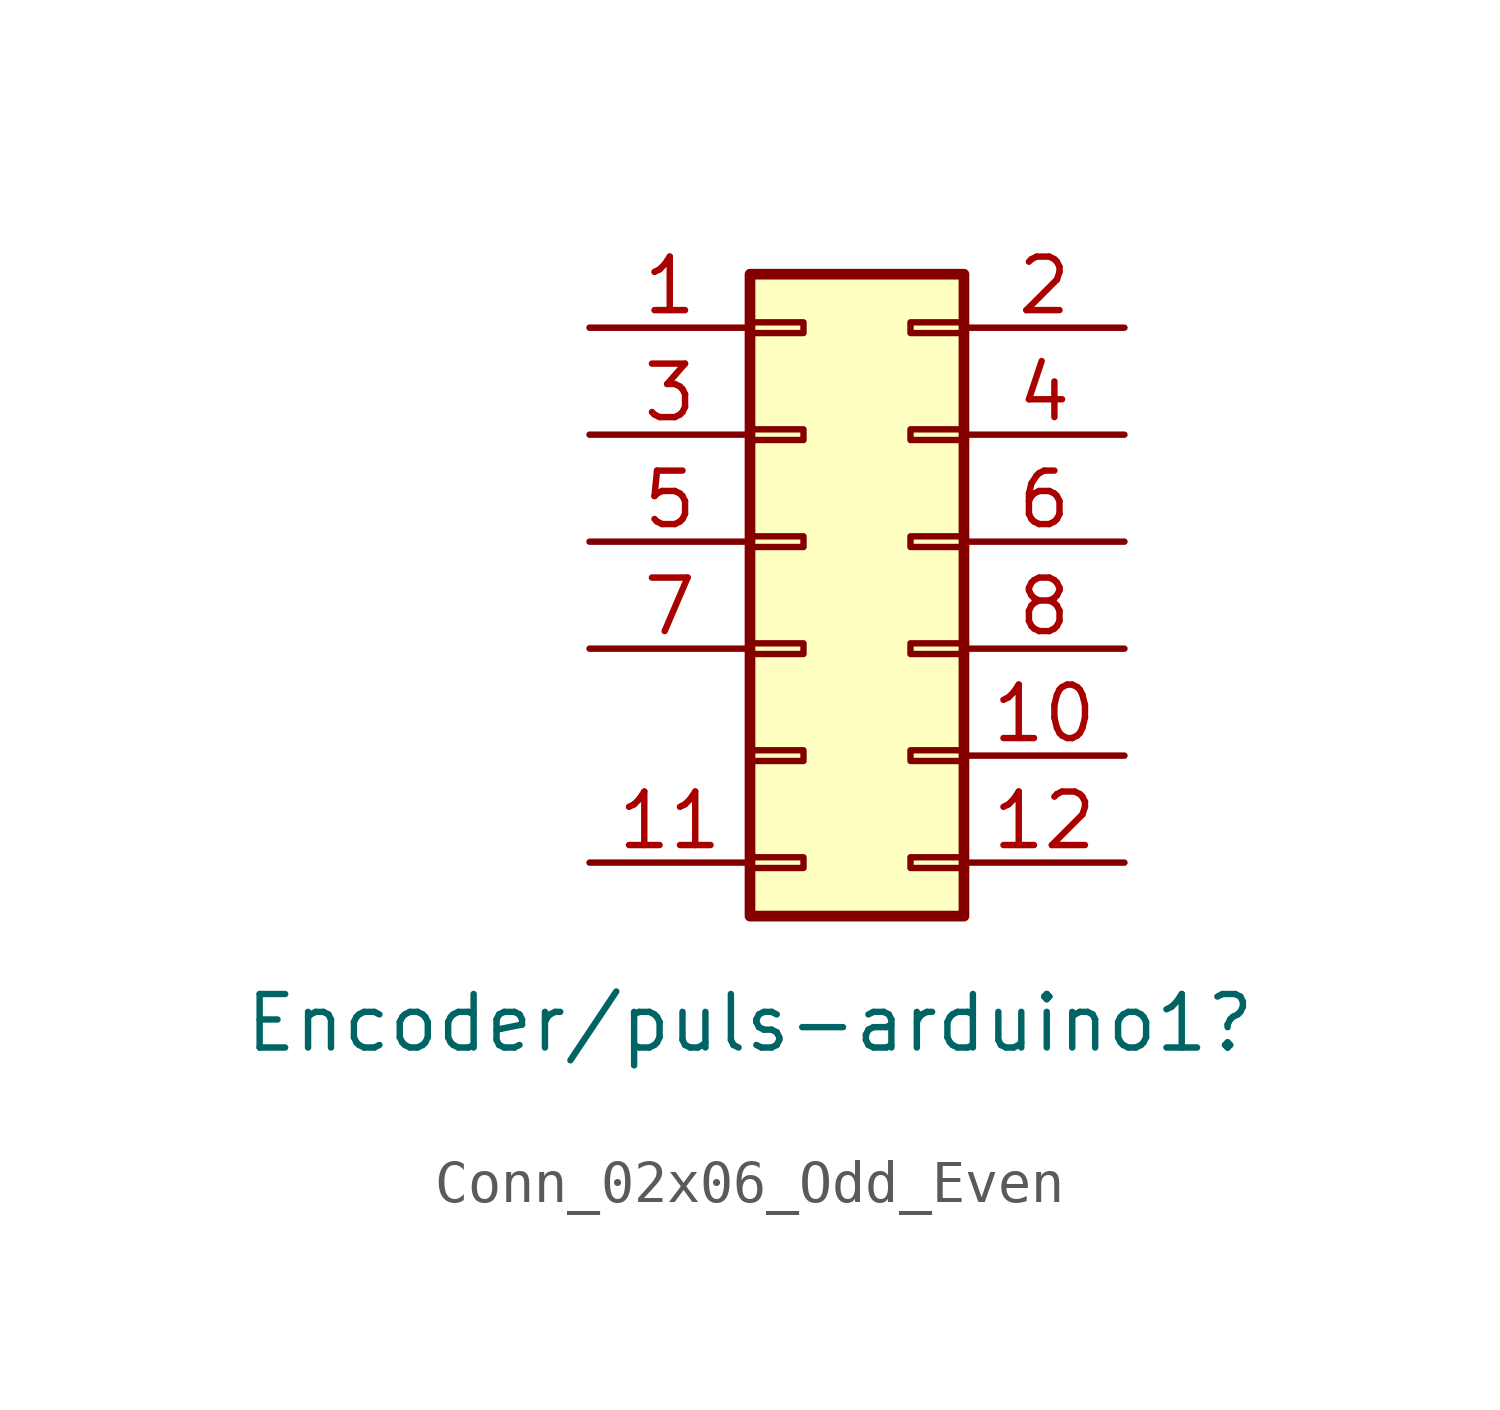
<source format=kicad_sym>
(kicad_symbol_lib
  (version 20211014)
  (generator kicad_symbol_editor)
  (symbol "Conn_02x06_Odd_Even"
    (pin_names
      (offset 1.016) hide)
    (property "Reference" "Encoder/puls-arduino1"
      (at -1.27 -11.43 0)
      (effects (font (size 1.27 1.27))))
    (symbol "Conn_02x06_Odd_Even_1_1"
      (rectangle (start -1.27 -7.493) (end 0 -7.747) (stroke (width 0.152) (type default) (color 0 0 0 0)) (fill (type none)))
      (rectangle (start -1.27 -4.953) (end 0 -5.207) (stroke (width 0.152) (type default) (color 0 0 0 0)) (fill (type none)))
      (rectangle (start -1.27 -2.413) (end 0 -2.667) (stroke (width 0.152) (type default) (color 0 0 0 0)) (fill (type none)))
      (rectangle (start -1.27 0.127) (end 0 -0.127) (stroke (width 0.152) (type default) (color 0 0 0 0)) (fill (type none)))
      (rectangle (start -1.27 2.667) (end 0 2.413) (stroke (width 0.152) (type default) (color 0 0 0 0)) (fill (type none)))
      (rectangle (start -1.27 5.207) (end 0 4.953) (stroke (width 0.152) (type default) (color 0 0 0 0)) (fill (type none)))
      (rectangle (start -1.27 6.35) (end 3.81 -8.89) (stroke (width 0.254) (type default) (color 0 0 0 0)) (fill (type background)))
      (rectangle (start 3.81 -7.493) (end 2.54 -7.747) (stroke (width 0.152) (type default) (color 0 0 0 0)) (fill (type none)))
      (rectangle (start 3.81 -4.953) (end 2.54 -5.207) (stroke (width 0.152) (type default) (color 0 0 0 0)) (fill (type none)))
      (rectangle (start 3.81 -2.413) (end 2.54 -2.667) (stroke (width 0.152) (type default) (color 0 0 0 0)) (fill (type none)))
      (rectangle (start 3.81 0.127) (end 2.54 -0.127) (stroke (width 0.152) (type default) (color 0 0 0 0)) (fill (type none)))
      (rectangle (start 3.81 2.667) (end 2.54 2.413) (stroke (width 0.152) (type default) (color 0 0 0 0)) (fill (type none)))
      (rectangle (start 3.81 5.207) (end 2.54 4.953) (stroke (width 0.152) (type default) (color 0 0 0 0)) (fill (type none)))
      (pin passive line (at -5.08 5.08 0) (length 3.81) (name "Pin_1" (effects (font (size 1.27 1.27)))) (number "1" (effects (font (size 1.27 1.27)))))
      (pin passive line (at 7.62 -5.08 180) (length 3.81) (name "Pin_10" (effects (font (size 1.27 1.27)))) (number "10" (effects (font (size 1.27 1.27)))))
      (pin passive line (at -5.08 -7.62 0) (length 3.81) (name "Pin_11" (effects (font (size 1.27 1.27)))) (number "11" (effects (font (size 1.27 1.27)))))
      (pin passive line (at 7.62 -7.62 180) (length 3.81) (name "Pin_12" (effects (font (size 1.27 1.27)))) (number "12" (effects (font (size 1.27 1.27)))))
      (pin passive line (at 7.62 5.08 180) (length 3.81) (name "Pin_2" (effects (font (size 1.27 1.27)))) (number "2" (effects (font (size 1.27 1.27)))))
      (pin passive line (at -5.08 2.54 0) (length 3.81) (name "Pin_3" (effects (font (size 1.27 1.27)))) (number "3" (effects (font (size 1.27 1.27)))))
      (pin passive line (at 7.62 2.54 180) (length 3.81) (name "Pin_4" (effects (font (size 1.27 1.27)))) (number "4" (effects (font (size 1.27 1.27)))))
      (pin passive line (at -5.08 0 0) (length 3.81) (name "Pin_5" (effects (font (size 1.27 1.27)))) (number "5" (effects (font (size 1.27 1.27)))))
      (pin passive line (at 7.62 0 180) (length 3.81) (name "Pin_6" (effects (font (size 1.27 1.27)))) (number "6" (effects (font (size 1.27 1.27)))))
      (pin passive line (at -5.08 -2.54 0) (length 3.81) (name "Pin_7" (effects (font (size 1.27 1.27)))) (number "7" (effects (font (size 1.27 1.27)))))
      (pin passive line (at 7.62 -2.54 180) (length 3.81) (name "Pin_8" (effects (font (size 1.27 1.27)))) (number "8" (effects (font (size 1.27 1.27))))))))
</source>
